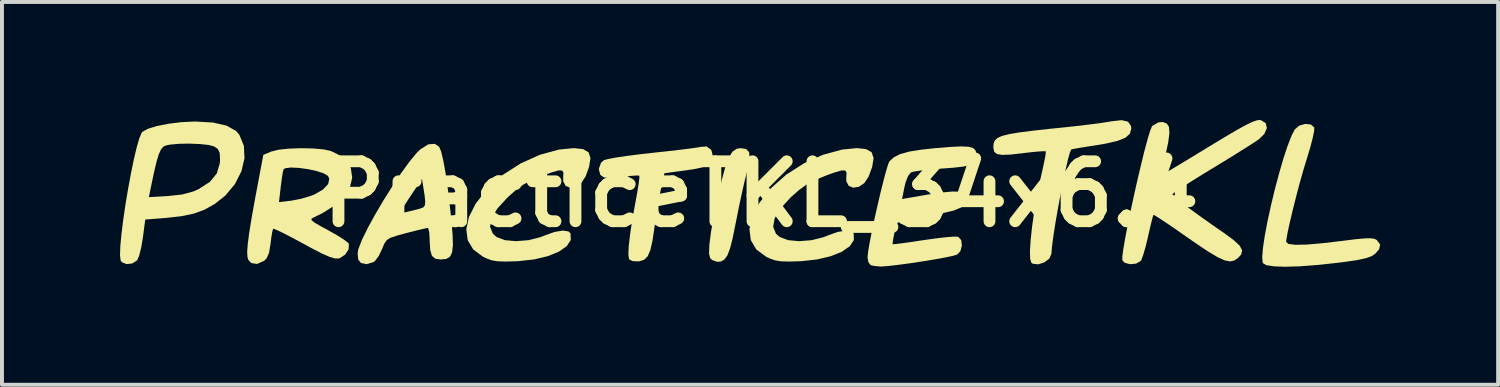
<source format=kicad_pcb>
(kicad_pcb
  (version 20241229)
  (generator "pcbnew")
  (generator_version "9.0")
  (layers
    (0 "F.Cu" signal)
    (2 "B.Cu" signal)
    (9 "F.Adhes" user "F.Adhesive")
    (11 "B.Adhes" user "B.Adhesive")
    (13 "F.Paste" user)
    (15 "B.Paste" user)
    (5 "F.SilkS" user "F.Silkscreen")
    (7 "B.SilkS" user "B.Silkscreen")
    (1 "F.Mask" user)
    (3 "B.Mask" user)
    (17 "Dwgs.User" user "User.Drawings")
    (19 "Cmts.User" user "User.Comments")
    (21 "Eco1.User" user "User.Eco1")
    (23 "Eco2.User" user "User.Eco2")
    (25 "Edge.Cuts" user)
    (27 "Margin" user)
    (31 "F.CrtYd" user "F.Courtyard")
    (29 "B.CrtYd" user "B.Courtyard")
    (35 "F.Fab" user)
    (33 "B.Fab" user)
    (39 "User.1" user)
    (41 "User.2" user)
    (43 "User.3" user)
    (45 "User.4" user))
  (footprint "PracticeTKL_34x6.4"
    (layer "F.Cu")
    (at 16.294 1.884)
    (property "Reference" "PracticeTKL_34x6.4" (at 0 0 0) (layer "F.SilkS") (effects (font (size 1.524 1.524) (thickness 0.3))))
    (attr through_hole)
    (fp_poly (pts (xy -0.38 -1.146) (xy -0.304 -1.067) (xy -0.289 -0.916) (xy -0.331 -0.677) (xy -0.364 -0.545) (xy -0.424 -0.306) (xy -0.496 0.013) (xy -0.572 0.371) (xy -0.642 0.726) (xy -0.645 0.738) (xy -0.72 1.111) (xy -0.788 1.378) (xy -0.856 1.557) (xy -0.931 1.662) (xy -1.021 1.712) (xy -1.111 1.722) (xy -1.236 1.678) (xy -1.293 1.628) (xy -1.322 1.515) (xy -1.315 1.293) (xy -1.274 0.971) (xy -1.202 0.559) (xy -1.098 0.065) (xy -1.004 -0.336) (xy -0.911 -0.684) (xy -0.822 -0.926) (xy -0.729 -1.077) (xy -0.621 -1.152) (xy -0.521 -1.169)) (stroke (width 0) (type solid)) (fill yes) (layer "F.SilkS"))
    (fp_poly (pts (xy -1.265 -1.123) (xy -1.23 -0.987) (xy -1.247 -0.857) (xy -1.309 -0.764) (xy -1.438 -0.697) (xy -1.653 -0.644) (xy -1.928 -0.602) (xy -2.455 -0.532) (xy -2.546 -0.128) (xy -2.598 0.132) (xy -2.653 0.452) (xy -2.7 0.772) (xy -2.708 0.83) (xy -2.759 1.179) (xy -2.814 1.422) (xy -2.882 1.579) (xy -2.971 1.668) (xy -3.091 1.707) (xy -3.117 1.71) (xy -3.265 1.703) (xy -3.353 1.659) (xy -3.353 1.658) (xy -3.373 1.545) (xy -3.364 1.323) (xy -3.327 1.006) (xy -3.265 0.602) (xy -3.19 0.193) (xy -3.142 -0.071) (xy -3.108 -0.287) (xy -3.092 -0.428) (xy -3.093 -0.469) (xy -3.162 -0.474) (xy -3.319 -0.462) (xy -3.531 -0.436) (xy -3.54 -0.434) (xy -3.814 -0.407) (xy -3.99 -0.423) (xy -4.085 -0.488) (xy -4.119 -0.611) (xy -4.121 -0.651) (xy -4.067 -0.799) (xy -3.991 -0.865) (xy -3.889 -0.893) (xy -3.688 -0.93) (xy -3.408 -0.971) (xy -3.074 -1.014) (xy -2.745 -1.051) (xy -2.384 -1.09) (xy -2.061 -1.127) (xy -1.799 -1.16) (xy -1.619 -1.185) (xy -1.544 -1.2) (xy -1.38 -1.211)) (stroke (width 0) (type solid)) (fill yes) (layer "F.SilkS"))
    (fp_poly (pts (xy 13.974 -1.77) (xy 14.061 -1.693) (xy 14.061 -1.692) (xy 14.057 -1.6) (xy 14.019 -1.419) (xy 13.955 -1.174) (xy 13.874 -0.908) (xy 13.788 -0.626) (xy 13.695 -0.297) (xy 13.602 0.053) (xy 13.515 0.399) (xy 13.44 0.715) (xy 13.383 0.977) (xy 13.351 1.16) (xy 13.346 1.215) (xy 13.405 1.266) (xy 13.581 1.288) (xy 13.875 1.282) (xy 14.288 1.246) (xy 14.769 1.189) (xy 15.106 1.147) (xy 15.342 1.125) (xy 15.498 1.122) (xy 15.595 1.137) (xy 15.649 1.166) (xy 15.735 1.281) (xy 15.708 1.404) (xy 15.606 1.519) (xy 15.518 1.577) (xy 15.383 1.626) (xy 15.18 1.671) (xy 14.887 1.716) (xy 14.661 1.745) (xy 14.155 1.8) (xy 13.707 1.834) (xy 13.331 1.846) (xy 13.038 1.836) (xy 12.841 1.805) (xy 12.753 1.752) (xy 12.751 1.749) (xy 12.737 1.61) (xy 12.756 1.374) (xy 12.802 1.063) (xy 12.871 0.697) (xy 12.958 0.297) (xy 13.057 -0.116) (xy 13.165 -0.522) (xy 13.275 -0.9) (xy 13.383 -1.228) (xy 13.484 -1.487) (xy 13.566 -1.645) (xy 13.679 -1.741) (xy 13.831 -1.784)) (stroke (width 0) (type solid)) (fill yes) (layer "F.SilkS"))
    (fp_poly (pts (xy -4.524 -1.144) (xy -4.385 -1.063) (xy -4.336 -0.916) (xy -4.372 -0.692) (xy -4.46 -0.448) (xy -4.569 -0.283) (xy -4.708 -0.187) (xy -4.85 -0.163) (xy -4.967 -0.209) (xy -5.029 -0.327) (xy -5.029 -0.436) (xy -5.023 -0.546) (xy -5.057 -0.6) (xy -5.15 -0.602) (xy -5.323 -0.552) (xy -5.517 -0.483) (xy -5.813 -0.363) (xy -6.039 -0.244) (xy -6.243 -0.094) (xy -6.447 0.088) (xy -6.702 0.366) (xy -6.85 0.615) (xy -6.888 0.831) (xy -6.816 1.007) (xy -6.722 1.09) (xy -6.511 1.17) (xy -6.229 1.196) (xy -5.916 1.171) (xy -5.612 1.095) (xy -5.512 1.056) (xy -5.256 0.963) (xy -5.042 0.926) (xy -4.895 0.947) (xy -4.843 0.999) (xy -4.837 1.167) (xy -4.941 1.324) (xy -5.14 1.463) (xy -5.421 1.577) (xy -5.77 1.66) (xy -6.174 1.704) (xy -6.212 1.706) (xy -6.499 1.714) (xy -6.7 1.707) (xy -6.851 1.681) (xy -6.99 1.629) (xy -7.073 1.588) (xy -7.317 1.405) (xy -7.457 1.169) (xy -7.492 0.89) (xy -7.423 0.576) (xy -7.251 0.238) (xy -6.976 -0.115) (xy -6.946 -0.148) (xy -6.559 -0.493) (xy -6.107 -0.782) (xy -5.623 -1) (xy -5.135 -1.133) (xy -4.758 -1.169)) (stroke (width 0) (type solid)) (fill yes) (layer "F.SilkS"))
    (fp_poly (pts (xy 2.671 -1.144) (xy 2.811 -1.063) (xy 2.86 -0.916) (xy 2.824 -0.692) (xy 2.735 -0.448) (xy 2.627 -0.283) (xy 2.488 -0.187) (xy 2.346 -0.163) (xy 2.229 -0.209) (xy 2.166 -0.327) (xy 2.166 -0.436) (xy 2.173 -0.546) (xy 2.139 -0.6) (xy 2.045 -0.602) (xy 1.872 -0.552) (xy 1.678 -0.483) (xy 1.383 -0.363) (xy 1.157 -0.244) (xy 0.952 -0.094) (xy 0.748 0.088) (xy 0.493 0.366) (xy 0.346 0.615) (xy 0.307 0.831) (xy 0.379 1.007) (xy 0.474 1.09) (xy 0.685 1.17) (xy 0.967 1.196) (xy 1.28 1.171) (xy 1.584 1.095) (xy 1.684 1.056) (xy 1.94 0.963) (xy 2.154 0.926) (xy 2.301 0.947) (xy 2.353 0.999) (xy 2.359 1.167) (xy 2.255 1.324) (xy 2.056 1.463) (xy 1.775 1.577) (xy 1.425 1.66) (xy 1.022 1.704) (xy 0.984 1.706) (xy 0.697 1.714) (xy 0.496 1.707) (xy 0.344 1.681) (xy 0.206 1.629) (xy 0.123 1.588) (xy -0.122 1.405) (xy -0.261 1.169) (xy -0.296 0.89) (xy -0.227 0.576) (xy -0.055 0.238) (xy 0.219 -0.115) (xy 0.25 -0.148) (xy 0.637 -0.493) (xy 1.088 -0.782) (xy 1.573 -1) (xy 2.061 -1.133) (xy 2.438 -1.169)) (stroke (width 0) (type solid)) (fill yes) (layer "F.SilkS"))
    (fp_poly (pts (xy 9.328 -1.841) (xy 9.403 -1.73) (xy 9.41 -1.663) (xy 9.375 -1.537) (xy 9.264 -1.436) (xy 9.062 -1.354) (xy 8.757 -1.283) (xy 8.538 -1.246) (xy 8.274 -1.205) (xy 8.059 -1.17) (xy 7.921 -1.144) (xy 7.883 -1.134) (xy 7.849 -1.057) (xy 7.8 -0.88) (xy 7.741 -0.625) (xy 7.675 -0.315) (xy 7.608 0.03) (xy 7.542 0.386) (xy 7.482 0.732) (xy 7.433 1.045) (xy 7.398 1.305) (xy 7.381 1.489) (xy 7.38 1.518) (xy 7.327 1.639) (xy 7.2 1.735) (xy 7.044 1.785) (xy 6.905 1.769) (xy 6.868 1.743) (xy 6.839 1.644) (xy 6.834 1.444) (xy 6.852 1.164) (xy 6.889 0.821) (xy 6.944 0.437) (xy 7.015 0.03) (xy 7.099 -0.38) (xy 7.137 -0.547) (xy 7.189 -0.783) (xy 7.225 -0.968) (xy 7.238 -1.074) (xy 7.235 -1.088) (xy 7.168 -1.091) (xy 7.007 -1.08) (xy 6.781 -1.056) (xy 6.653 -1.04) (xy 6.336 -1.005) (xy 6.122 -0.997) (xy 5.991 -1.021) (xy 5.925 -1.081) (xy 5.904 -1.18) (xy 5.904 -1.196) (xy 5.911 -1.289) (xy 5.942 -1.365) (xy 6.01 -1.428) (xy 6.126 -1.48) (xy 6.306 -1.525) (xy 6.562 -1.568) (xy 6.906 -1.612) (xy 7.352 -1.661) (xy 7.657 -1.692) (xy 8.012 -1.73) (xy 8.352 -1.771) (xy 8.645 -1.809) (xy 8.858 -1.842) (xy 8.905 -1.851) (xy 9.165 -1.88)) (stroke (width 0) (type solid)) (fill yes) (layer "F.SilkS"))
    (fp_poly (pts (xy -8.183 -1.204) (xy -8.133 -1.087) (xy -8.078 -0.859) (xy -8.019 -0.531) (xy -7.96 -0.116) (xy -7.902 0.377) (xy -7.873 0.654) (xy -7.841 1.029) (xy -7.832 1.299) (xy -7.853 1.48) (xy -7.906 1.59) (xy -7.997 1.645) (xy -8.129 1.66) (xy -8.144 1.661) (xy -8.28 1.642) (xy -8.365 1.57) (xy -8.409 1.425) (xy -8.424 1.183) (xy -8.425 1.122) (xy -8.435 0.962) (xy -8.46 0.87) (xy -8.472 0.86) (xy -8.549 0.874) (xy -8.714 0.913) (xy -8.936 0.969) (xy -9.024 0.992) (xy -9.269 1.059) (xy -9.425 1.113) (xy -9.518 1.174) (xy -9.577 1.26) (xy -9.631 1.391) (xy -9.633 1.396) (xy -9.717 1.571) (xy -9.811 1.697) (xy -9.846 1.725) (xy -10.026 1.781) (xy -10.17 1.751) (xy -10.24 1.661) (xy -10.254 1.501) (xy -10.237 1.399) (xy -10.146 1.166) (xy -9.999 0.865) (xy -9.81 0.52) (xy -9.775 0.461) (xy -9.164 0.461) (xy -9.137 0.474) (xy -9.043 0.462) (xy -8.865 0.42) (xy -8.672 0.369) (xy -8.59 0.34) (xy -8.546 0.29) (xy -8.536 0.191) (xy -8.554 0.018) (xy -8.585 -0.177) (xy -8.619 -0.386) (xy -8.891 0.021) (xy -9.019 0.215) (xy -9.114 0.368) (xy -9.161 0.453) (xy -9.164 0.461) (xy -9.775 0.461) (xy -9.595 0.155) (xy -9.366 -0.208) (xy -9.14 -0.546) (xy -8.93 -0.834) (xy -8.751 -1.049) (xy -8.662 -1.137) (xy -8.458 -1.265) (xy -8.291 -1.278)) (stroke (width 0) (type solid)) (fill yes) (layer "F.SilkS"))
    (fp_poly (pts (xy -13.926 -1.819) (xy -13.583 -1.74) (xy -13.347 -1.607) (xy -13.262 -1.511) (xy -13.145 -1.227) (xy -13.13 -0.908) (xy -13.209 -0.577) (xy -13.374 -0.254) (xy -13.617 0.038) (xy -13.891 0.254) (xy -14.147 0.396) (xy -14.416 0.495) (xy -14.733 0.561) (xy -15.135 0.606) (xy -15.16 0.608) (xy -15.652 0.646) (xy -15.714 1.114) (xy -15.754 1.353) (xy -15.804 1.553) (xy -15.853 1.674) (xy -15.859 1.683) (xy -15.982 1.762) (xy -16.128 1.779) (xy -16.246 1.731) (xy -16.278 1.686) (xy -16.294 1.555) (xy -16.286 1.327) (xy -16.258 1.025) (xy -16.214 0.668) (xy -16.157 0.278) (xy -16.124 0.077) (xy -15.56 0.077) (xy -15.076 0.049) (xy -14.714 0.009) (xy -14.427 -0.069) (xy -14.295 -0.128) (xy -14.009 -0.312) (xy -13.833 -0.527) (xy -13.756 -0.788) (xy -13.751 -0.87) (xy -13.76 -1.048) (xy -13.809 -1.149) (xy -13.899 -1.211) (xy -14.04 -1.249) (xy -14.264 -1.273) (xy -14.529 -1.284) (xy -14.796 -1.279) (xy -15.025 -1.258) (xy -15.128 -1.237) (xy -15.195 -1.204) (xy -15.253 -1.135) (xy -15.308 -1.013) (xy -15.366 -0.823) (xy -15.431 -0.546) (xy -15.51 -0.168) (xy -15.524 -0.1) (xy -15.56 0.077) (xy -16.124 0.077) (xy -16.09 -0.123) (xy -16.018 -0.514) (xy -15.944 -0.875) (xy -15.871 -1.184) (xy -15.803 -1.419) (xy -15.743 -1.56) (xy -15.727 -1.581) (xy -15.59 -1.659) (xy -15.36 -1.73) (xy -15.066 -1.788) (xy -14.737 -1.829) (xy -14.403 -1.845) (xy -14.38 -1.845)) (stroke (width 0) (type solid)) (fill yes) (layer "F.SilkS"))
    (fp_poly (pts (xy -11.391 -1.161) (xy -11.122 -1.137) (xy -10.941 -1.099) (xy -10.746 -1.005) (xy -10.567 -0.875) (xy -10.563 -0.872) (xy -10.429 -0.669) (xy -10.392 -0.419) (xy -10.455 -0.152) (xy -10.518 -0.028) (xy -10.66 0.135) (xy -10.878 0.312) (xy -11.134 0.476) (xy -11.367 0.591) (xy -11.425 0.622) (xy -11.427 0.66) (xy -11.36 0.717) (xy -11.21 0.806) (xy -11.008 0.915) (xy -10.785 1.041) (xy -10.605 1.154) (xy -10.496 1.238) (xy -10.477 1.263) (xy -10.482 1.4) (xy -10.57 1.537) (xy -10.71 1.629) (xy -10.734 1.636) (xy -10.828 1.636) (xy -10.968 1.595) (xy -11.17 1.505) (xy -11.451 1.36) (xy -11.629 1.263) (xy -11.901 1.116) (xy -12.132 0.996) (xy -12.303 0.914) (xy -12.393 0.88) (xy -12.402 0.881) (xy -12.423 0.953) (xy -12.449 1.109) (xy -12.467 1.257) (xy -12.506 1.493) (xy -12.571 1.637) (xy -12.63 1.694) (xy -12.811 1.775) (xy -12.959 1.752) (xy -13.033 1.671) (xy -13.056 1.589) (xy -13.061 1.455) (xy -13.046 1.257) (xy -13.01 0.983) (xy -12.951 0.619) (xy -12.877 0.203) (xy -12.253 0.203) (xy -11.938 0.166) (xy -11.686 0.117) (xy -11.429 0.039) (xy -11.352 0.009) (xy -11.135 -0.117) (xy -11.004 -0.255) (xy -10.974 -0.39) (xy -11.008 -0.461) (xy -11.114 -0.527) (xy -11.296 -0.587) (xy -11.52 -0.635) (xy -11.75 -0.667) (xy -11.953 -0.676) (xy -12.094 -0.658) (xy -12.136 -0.63) (xy -12.157 -0.549) (xy -12.183 -0.383) (xy -12.208 -0.19) (xy -12.253 0.203) (xy -12.877 0.203) (xy -12.868 0.155) (xy -12.812 -0.145) (xy -12.651 -0.998) (xy -12.447 -1.083) (xy -12.266 -1.128) (xy -12.003 -1.156) (xy -11.698 -1.167)) (stroke (width 0) (type solid)) (fill yes) (layer "F.SilkS"))
    (fp_poly (pts (xy 5.277 -1.204) (xy 5.393 -1.17) (xy 5.453 -1.109) (xy 5.473 -1.016) (xy 5.474 -0.985) (xy 5.462 -0.875) (xy 5.414 -0.795) (xy 5.311 -0.739) (xy 5.137 -0.699) (xy 4.872 -0.67) (xy 4.584 -0.649) (xy 4.299 -0.626) (xy 4.054 -0.599) (xy 3.878 -0.571) (xy 3.808 -0.551) (xy 3.737 -0.461) (xy 3.671 -0.291) (xy 3.646 -0.186) (xy 3.584 0.125) (xy 3.776 0.091) (xy 4.239 0.011) (xy 4.596 -0.041) (xy 4.859 -0.066) (xy 5.04 -0.062) (xy 5.153 -0.031) (xy 5.212 0.03) (xy 5.228 0.116) (xy 5.195 0.239) (xy 5.087 0.338) (xy 4.891 0.419) (xy 4.592 0.488) (xy 4.395 0.522) (xy 4.039 0.577) (xy 3.786 0.62) (xy 3.616 0.658) (xy 3.511 0.7) (xy 3.453 0.754) (xy 3.422 0.829) (xy 3.399 0.933) (xy 3.391 0.972) (xy 3.358 1.142) (xy 3.343 1.253) (xy 3.344 1.274) (xy 3.407 1.27) (xy 3.567 1.251) (xy 3.803 1.218) (xy 4.091 1.175) (xy 4.138 1.168) (xy 4.44 1.126) (xy 4.703 1.095) (xy 4.901 1.08) (xy 5.006 1.083) (xy 5.011 1.084) (xy 5.087 1.17) (xy 5.104 1.309) (xy 5.065 1.45) (xy 4.986 1.535) (xy 4.883 1.567) (xy 4.686 1.609) (xy 4.422 1.657) (xy 4.119 1.707) (xy 3.805 1.755) (xy 3.507 1.795) (xy 3.253 1.825) (xy 3.071 1.84) (xy 3.026 1.84) (xy 2.872 1.825) (xy 2.783 1.804) (xy 2.726 1.726) (xy 2.706 1.604) (xy 2.72 1.47) (xy 2.757 1.248) (xy 2.813 0.963) (xy 2.881 0.638) (xy 2.958 0.297) (xy 3.036 -0.038) (xy 3.112 -0.342) (xy 3.179 -0.592) (xy 3.232 -0.765) (xy 3.263 -0.834) (xy 3.377 -0.938) (xy 3.536 -1.018) (xy 3.76 -1.08) (xy 4.07 -1.13) (xy 4.427 -1.168) (xy 4.81 -1.2) (xy 5.088 -1.213)) (stroke (width 0) (type solid)) (fill yes) (layer "F.SilkS"))
    (fp_poly (pts (xy 12.701 -1.881) (xy 12.827 -1.805) (xy 12.856 -1.68) (xy 12.791 -1.53) (xy 12.654 -1.395) (xy 12.538 -1.317) (xy 12.337 -1.188) (xy 12.072 -1.022) (xy 11.765 -0.832) (xy 11.455 -0.644) (xy 11.143 -0.453) (xy 10.87 -0.283) (xy 10.654 -0.143) (xy 10.51 -0.044) (xy 10.455 0.004) (xy 10.455 0.004) (xy 10.505 0.063) (xy 10.649 0.183) (xy 10.877 0.357) (xy 11.181 0.578) (xy 11.552 0.84) (xy 11.762 0.985) (xy 12.015 1.17) (xy 12.167 1.313) (xy 12.227 1.428) (xy 12.204 1.532) (xy 12.126 1.62) (xy 12.031 1.686) (xy 11.924 1.71) (xy 11.79 1.686) (xy 11.612 1.607) (xy 11.377 1.468) (xy 11.07 1.263) (xy 10.855 1.114) (xy 10.572 0.917) (xy 10.326 0.748) (xy 10.133 0.62) (xy 10.01 0.543) (xy 9.974 0.526) (xy 9.952 0.589) (xy 9.913 0.745) (xy 9.861 0.965) (xy 9.836 1.079) (xy 9.776 1.329) (xy 9.715 1.539) (xy 9.665 1.673) (xy 9.649 1.699) (xy 9.534 1.766) (xy 9.381 1.781) (xy 9.244 1.746) (xy 9.183 1.683) (xy 9.182 1.588) (xy 9.208 1.393) (xy 9.255 1.118) (xy 9.319 0.783) (xy 9.397 0.407) (xy 9.483 0.01) (xy 9.573 -0.389) (xy 9.663 -0.77) (xy 9.748 -1.114) (xy 9.825 -1.4) (xy 9.889 -1.609) (xy 9.935 -1.722) (xy 9.941 -1.732) (xy 10.1 -1.825) (xy 10.206 -1.833) (xy 10.31 -1.797) (xy 10.367 -1.71) (xy 10.379 -1.554) (xy 10.348 -1.314) (xy 10.281 -0.998) (xy 10.231 -0.769) (xy 10.198 -0.594) (xy 10.187 -0.5) (xy 10.19 -0.492) (xy 10.248 -0.523) (xy 10.396 -0.609) (xy 10.617 -0.741) (xy 10.897 -0.91) (xy 11.221 -1.107) (xy 11.383 -1.206) (xy 11.782 -1.448) (xy 12.09 -1.629) (xy 12.322 -1.757) (xy 12.49 -1.837) (xy 12.607 -1.877) (xy 12.686 -1.884)) (stroke (width 0) (type solid)) (fill yes) (layer "F.SilkS")))
  (gr_rect
    (start -3 -3)
    (end 35.028 6.73)
    (stroke (width 0.1) (type default))
    (fill no)
    (layer "Edge.Cuts")))
</source>
